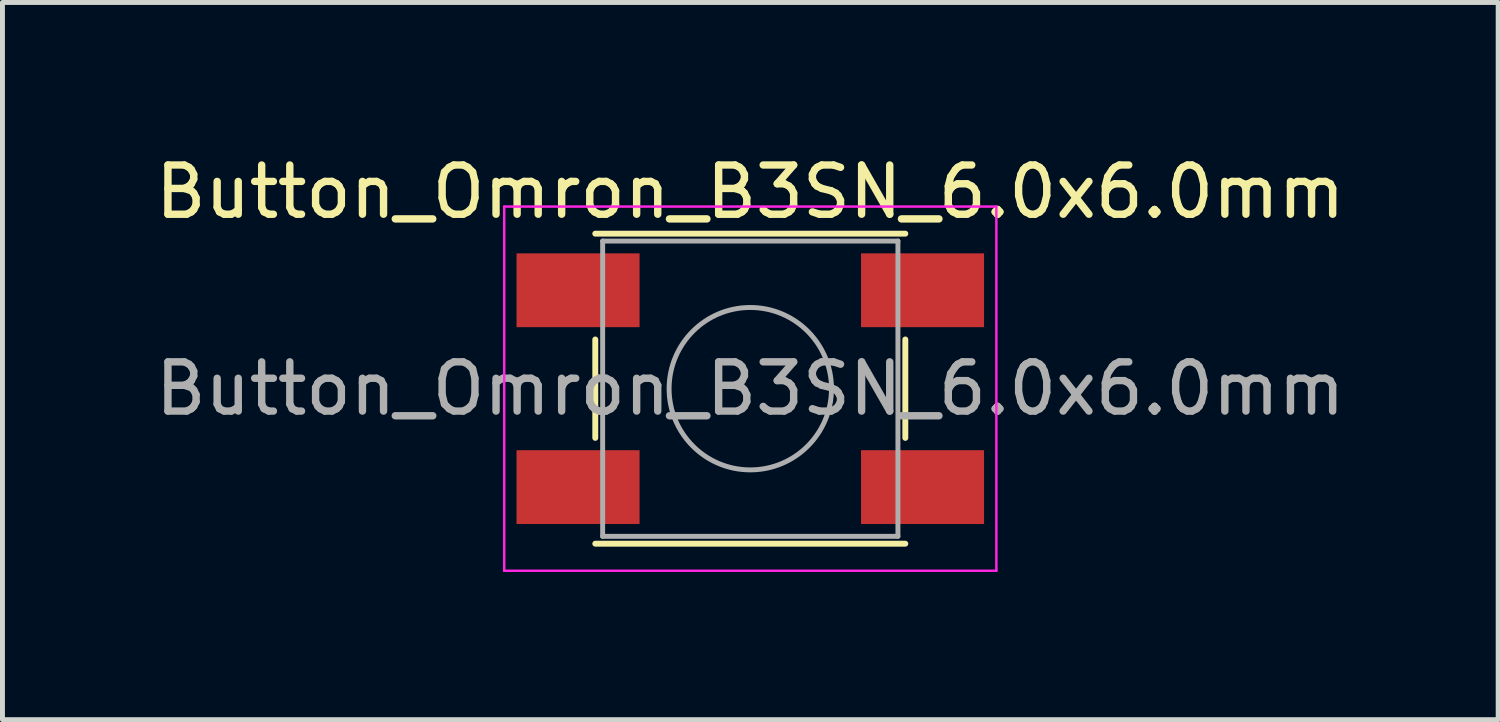
<source format=kicad_pcb>
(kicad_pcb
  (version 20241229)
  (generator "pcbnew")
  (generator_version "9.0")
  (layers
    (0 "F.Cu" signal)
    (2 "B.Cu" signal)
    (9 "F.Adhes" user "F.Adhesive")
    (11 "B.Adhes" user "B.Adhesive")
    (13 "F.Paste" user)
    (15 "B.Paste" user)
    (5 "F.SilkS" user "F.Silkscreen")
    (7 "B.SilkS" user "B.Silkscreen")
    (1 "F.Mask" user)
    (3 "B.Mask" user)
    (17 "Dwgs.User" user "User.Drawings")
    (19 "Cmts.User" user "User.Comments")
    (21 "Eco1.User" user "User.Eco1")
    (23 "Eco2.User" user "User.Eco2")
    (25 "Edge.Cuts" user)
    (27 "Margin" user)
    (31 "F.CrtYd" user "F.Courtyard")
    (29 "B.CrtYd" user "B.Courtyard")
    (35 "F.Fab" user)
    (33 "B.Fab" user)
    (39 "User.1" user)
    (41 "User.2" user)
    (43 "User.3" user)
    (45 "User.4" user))
  (footprint "Button_Omron_B3SN_6.0x6.0mm"
    (layer "F.Cu")
    (at 12.196 4.848)
    (property "Reference" "Button_Omron_B3SN_6.0x6.0mm" (at 0 -4 0) (layer "F.SilkS") (effects (font (size 1 1) (thickness 0.15))))
    (attr smd)
    (fp_line (start -3.15 -3.15) (end 3.15 -3.15) (stroke (width 0.12) (type solid)) (layer "F.SilkS"))
    (fp_line (start -3.15 1) (end -3.15 -1) (stroke (width 0.12) (type solid)) (layer "F.SilkS"))
    (fp_line (start 3.15 -1) (end 3.15 1) (stroke (width 0.12) (type solid)) (layer "F.SilkS"))
    (fp_line (start 3.15 3.15) (end -3.15 3.15) (stroke (width 0.12) (type solid)) (layer "F.SilkS"))
    (fp_line (start -5 -3.7) (end -5 3.7) (stroke (width 0.05) (type solid)) (layer "F.CrtYd"))
    (fp_line (start -5 3.7) (end 5 3.7) (stroke (width 0.05) (type solid)) (layer "F.CrtYd"))
    (fp_line (start 5 -3.7) (end -5 -3.7) (stroke (width 0.05) (type solid)) (layer "F.CrtYd"))
    (fp_line (start 5 3.7) (end 5 -3.7) (stroke (width 0.05) (type solid)) (layer "F.CrtYd"))
    (fp_line (start -3 -3) (end 3 -3) (stroke (width 0.1) (type solid)) (layer "F.Fab"))
    (fp_line (start -3 3) (end -3 -3) (stroke (width 0.1) (type solid)) (layer "F.Fab"))
    (fp_line (start 3 -3) (end 3 3) (stroke (width 0.1) (type solid)) (layer "F.Fab"))
    (fp_line (start 3 3) (end -3 3) (stroke (width 0.1) (type solid)) (layer "F.Fab"))
    (fp_circle (center 0 0) (end 1.65 0) (stroke (width 0.1) (type solid)) (fill no) (layer "F.Fab"))
    (fp_text user "${REFERENCE}" (at 0 0 0) (unlocked yes) (layer "F.Fab") (effects (font (size 1 1) (thickness 0.15))))
    (pad "1" smd rect (at -3.5 -2) (size 2.5 1.5) (layers "F.Cu" "F.Mask" "F.Paste"))
    (pad "1" smd rect (at 3.5 -2) (size 2.5 1.5) (layers "F.Cu" "F.Mask" "F.Paste"))
    (pad "2" smd rect (at -3.5 2) (size 2.5 1.5) (layers "F.Cu" "F.Mask" "F.Paste"))
    (pad "2" smd rect (at 3.5 2) (size 2.5 1.5) (layers "F.Cu" "F.Mask" "F.Paste")))
  (gr_rect
    (start -3 -3)
    (end 27.393 11.573)
    (stroke (width 0.1) (type default))
    (fill no)
    (layer "Edge.Cuts")))
</source>
